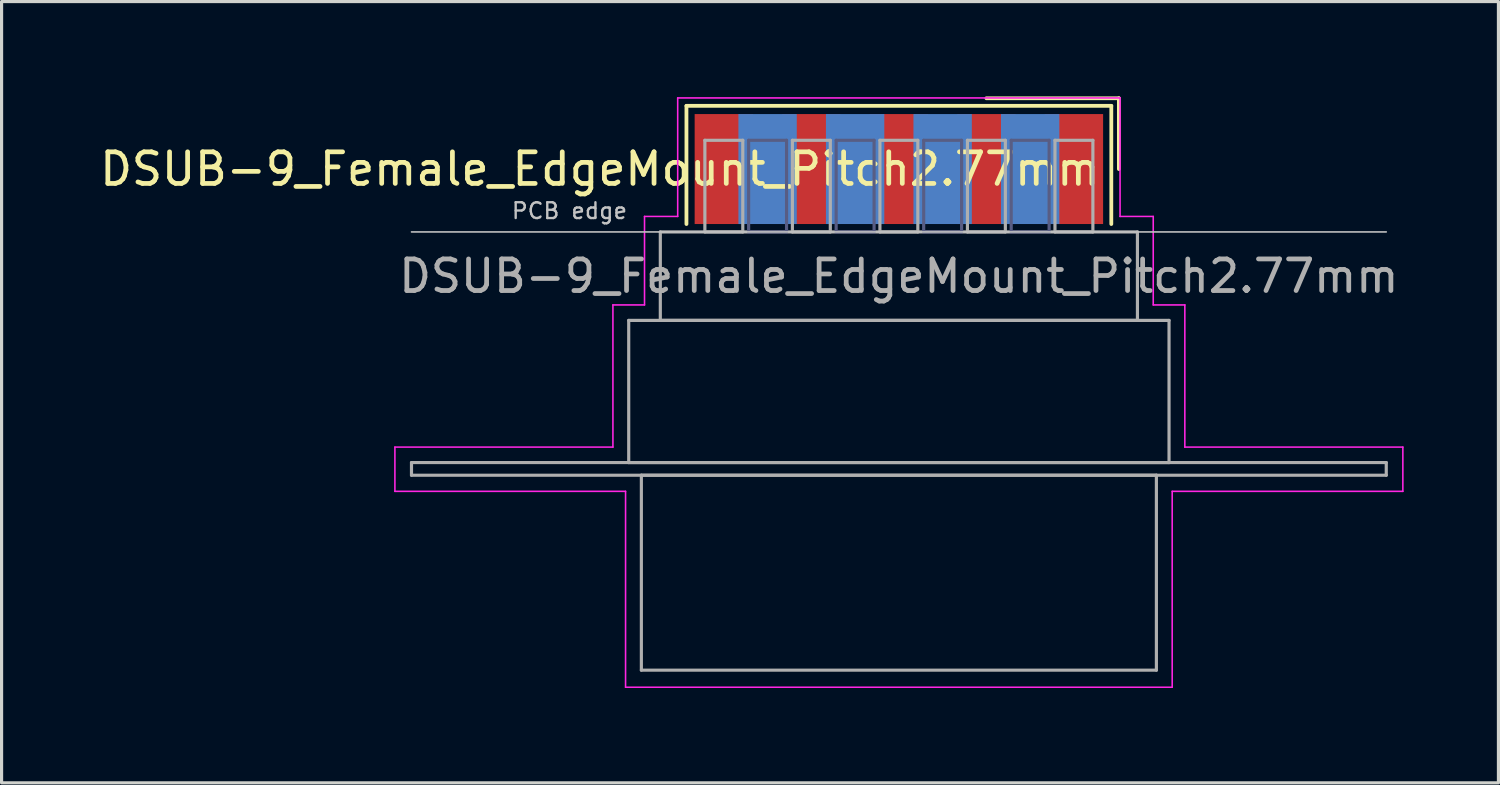
<source format=kicad_pcb>
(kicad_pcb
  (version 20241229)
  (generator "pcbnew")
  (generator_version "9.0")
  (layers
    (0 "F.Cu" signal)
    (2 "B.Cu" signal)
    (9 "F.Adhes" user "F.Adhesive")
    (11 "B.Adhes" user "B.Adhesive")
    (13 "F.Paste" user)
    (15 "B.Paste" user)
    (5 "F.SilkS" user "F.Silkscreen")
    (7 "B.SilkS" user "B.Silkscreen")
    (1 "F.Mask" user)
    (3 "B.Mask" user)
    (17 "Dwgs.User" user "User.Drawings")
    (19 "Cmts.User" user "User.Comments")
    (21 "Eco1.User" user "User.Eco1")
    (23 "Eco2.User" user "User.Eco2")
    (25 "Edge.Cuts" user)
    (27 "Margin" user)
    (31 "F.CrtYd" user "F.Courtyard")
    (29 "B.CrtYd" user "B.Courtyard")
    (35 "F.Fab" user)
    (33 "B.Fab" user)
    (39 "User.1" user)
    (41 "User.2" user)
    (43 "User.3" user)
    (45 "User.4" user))
  (footprint "DSUB-9_Female_EdgeMount_Pitch2.77mm"
    (layer "F.Cu")
    (at 25.398 2.3)
    (property "Reference" "DSUB-9_Female_EdgeMount_Pitch2.77mm" (at -9.463 0 0) (layer "F.SilkS") (effects (font (size 1 1) (thickness 0.15))))
    (attr smd)
    (fp_line (start -6.723 -2) (end -6.723 1.74) (stroke (width 0.12) (type solid)) (layer "F.SilkS"))
    (fp_line (start 6.723 -2) (end -6.723 -2) (stroke (width 0.12) (type solid)) (layer "F.SilkS"))
    (fp_line (start 6.723 1.74) (end 6.723 -2) (stroke (width 0.12) (type solid)) (layer "F.SilkS"))
    (fp_line (start 6.963 -2.24) (end 2.77 -2.24) (stroke (width 0.12) (type solid)) (layer "F.SilkS"))
    (fp_line (start 6.963 0) (end 6.963 -2.24) (stroke (width 0.12) (type solid)) (layer "F.SilkS"))
    (fp_line (start -15.425 1.99) (end 15.425 1.99) (stroke (width 0.05) (type solid)) (layer "Dwgs.User"))
    (fp_line (start -15.95 8.8) (end -9.05 8.8) (stroke (width 0.05) (type solid)) (layer "F.CrtYd"))
    (fp_line (start -15.95 10.2) (end -15.95 8.8) (stroke (width 0.05) (type solid)) (layer "F.CrtYd"))
    (fp_line (start -9.05 4.3) (end -8.05 4.3) (stroke (width 0.05) (type solid)) (layer "F.CrtYd"))
    (fp_line (start -9.05 8.8) (end -9.05 4.3) (stroke (width 0.05) (type solid)) (layer "F.CrtYd"))
    (fp_line (start -8.65 10.2) (end -15.95 10.2) (stroke (width 0.05) (type solid)) (layer "F.CrtYd"))
    (fp_line (start -8.65 16.4) (end -8.65 10.2) (stroke (width 0.05) (type solid)) (layer "F.CrtYd"))
    (fp_line (start -8.05 1.5) (end -7 1.5) (stroke (width 0.05) (type solid)) (layer "F.CrtYd"))
    (fp_line (start -8.05 4.3) (end -8.05 1.5) (stroke (width 0.05) (type solid)) (layer "F.CrtYd"))
    (fp_line (start -7 -2.25) (end 7 -2.25) (stroke (width 0.05) (type solid)) (layer "F.CrtYd"))
    (fp_line (start -7 1.5) (end -7 -2.25) (stroke (width 0.05) (type solid)) (layer "F.CrtYd"))
    (fp_line (start 7 -2.25) (end 7 1.5) (stroke (width 0.05) (type solid)) (layer "F.CrtYd"))
    (fp_line (start 7 1.5) (end 8.05 1.5) (stroke (width 0.05) (type solid)) (layer "F.CrtYd"))
    (fp_line (start 8.05 1.5) (end 8.05 4.3) (stroke (width 0.05) (type solid)) (layer "F.CrtYd"))
    (fp_line (start 8.05 4.3) (end 9.05 4.3) (stroke (width 0.05) (type solid)) (layer "F.CrtYd"))
    (fp_line (start 8.65 10.2) (end 8.65 16.4) (stroke (width 0.05) (type solid)) (layer "F.CrtYd"))
    (fp_line (start 8.65 16.4) (end -8.65 16.4) (stroke (width 0.05) (type solid)) (layer "F.CrtYd"))
    (fp_line (start 9.05 4.3) (end 9.05 8.8) (stroke (width 0.05) (type solid)) (layer "F.CrtYd"))
    (fp_line (start 9.05 8.8) (end 15.95 8.8) (stroke (width 0.05) (type solid)) (layer "F.CrtYd"))
    (fp_line (start 15.95 8.8) (end 15.95 10.2) (stroke (width 0.05) (type solid)) (layer "F.CrtYd"))
    (fp_line (start 15.95 10.2) (end 8.65 10.2) (stroke (width 0.05) (type solid)) (layer "F.CrtYd"))
    (fp_line (start -4.755 -0.91) (end -4.755 1.99) (stroke (width 0.1) (type solid)) (layer "B.Fab"))
    (fp_line (start -4.755 1.99) (end -3.555 1.99) (stroke (width 0.1) (type solid)) (layer "B.Fab"))
    (fp_line (start -3.555 -0.91) (end -4.755 -0.91) (stroke (width 0.1) (type solid)) (layer "B.Fab"))
    (fp_line (start -3.555 1.99) (end -3.555 -0.91) (stroke (width 0.1) (type solid)) (layer "B.Fab"))
    (fp_line (start -1.985 -0.91) (end -1.985 1.99) (stroke (width 0.1) (type solid)) (layer "B.Fab"))
    (fp_line (start -1.985 1.99) (end -0.785 1.99) (stroke (width 0.1) (type solid)) (layer "B.Fab"))
    (fp_line (start -0.785 -0.91) (end -1.985 -0.91) (stroke (width 0.1) (type solid)) (layer "B.Fab"))
    (fp_line (start -0.785 1.99) (end -0.785 -0.91) (stroke (width 0.1) (type solid)) (layer "B.Fab"))
    (fp_line (start 0.785 -0.91) (end 0.785 1.99) (stroke (width 0.1) (type solid)) (layer "B.Fab"))
    (fp_line (start 0.785 1.99) (end 1.985 1.99) (stroke (width 0.1) (type solid)) (layer "B.Fab"))
    (fp_line (start 1.985 -0.91) (end 0.785 -0.91) (stroke (width 0.1) (type solid)) (layer "B.Fab"))
    (fp_line (start 1.985 1.99) (end 1.985 -0.91) (stroke (width 0.1) (type solid)) (layer "B.Fab"))
    (fp_line (start 3.555 -0.91) (end 3.555 1.99) (stroke (width 0.1) (type solid)) (layer "B.Fab"))
    (fp_line (start 3.555 1.99) (end 4.755 1.99) (stroke (width 0.1) (type solid)) (layer "B.Fab"))
    (fp_line (start 4.755 -0.91) (end 3.555 -0.91) (stroke (width 0.1) (type solid)) (layer "B.Fab"))
    (fp_line (start 4.755 1.99) (end 4.755 -0.91) (stroke (width 0.1) (type solid)) (layer "B.Fab"))
    (fp_line (start -15.425 9.29) (end -15.425 9.69) (stroke (width 0.1) (type solid)) (layer "F.Fab"))
    (fp_line (start -15.425 9.69) (end 15.425 9.69) (stroke (width 0.1) (type solid)) (layer "F.Fab"))
    (fp_line (start -8.55 4.79) (end -8.55 9.29) (stroke (width 0.1) (type solid)) (layer "F.Fab"))
    (fp_line (start -8.55 9.29) (end 8.55 9.29) (stroke (width 0.1) (type solid)) (layer "F.Fab"))
    (fp_line (start -8.15 9.69) (end -8.15 15.86) (stroke (width 0.1) (type solid)) (layer "F.Fab"))
    (fp_line (start -8.15 15.86) (end 8.15 15.86) (stroke (width 0.1) (type solid)) (layer "F.Fab"))
    (fp_line (start -7.55 1.99) (end -7.55 4.79) (stroke (width 0.1) (type solid)) (layer "F.Fab"))
    (fp_line (start -7.55 4.79) (end 7.55 4.79) (stroke (width 0.1) (type solid)) (layer "F.Fab"))
    (fp_line (start -6.14 -0.91) (end -6.14 1.99) (stroke (width 0.1) (type solid)) (layer "F.Fab"))
    (fp_line (start -6.14 1.99) (end -4.94 1.99) (stroke (width 0.1) (type solid)) (layer "F.Fab"))
    (fp_line (start -4.94 -0.91) (end -6.14 -0.91) (stroke (width 0.1) (type solid)) (layer "F.Fab"))
    (fp_line (start -4.94 1.99) (end -4.94 -0.91) (stroke (width 0.1) (type solid)) (layer "F.Fab"))
    (fp_line (start -3.37 -0.91) (end -3.37 1.99) (stroke (width 0.1) (type solid)) (layer "F.Fab"))
    (fp_line (start -3.37 1.99) (end -2.17 1.99) (stroke (width 0.1) (type solid)) (layer "F.Fab"))
    (fp_line (start -2.17 -0.91) (end -3.37 -0.91) (stroke (width 0.1) (type solid)) (layer "F.Fab"))
    (fp_line (start -2.17 1.99) (end -2.17 -0.91) (stroke (width 0.1) (type solid)) (layer "F.Fab"))
    (fp_line (start -0.6 -0.91) (end -0.6 1.99) (stroke (width 0.1) (type solid)) (layer "F.Fab"))
    (fp_line (start -0.6 1.99) (end 0.6 1.99) (stroke (width 0.1) (type solid)) (layer "F.Fab"))
    (fp_line (start 0.6 -0.91) (end -0.6 -0.91) (stroke (width 0.1) (type solid)) (layer "F.Fab"))
    (fp_line (start 0.6 1.99) (end 0.6 -0.91) (stroke (width 0.1) (type solid)) (layer "F.Fab"))
    (fp_line (start 2.17 -0.91) (end 2.17 1.99) (stroke (width 0.1) (type solid)) (layer "F.Fab"))
    (fp_line (start 2.17 1.99) (end 3.37 1.99) (stroke (width 0.1) (type solid)) (layer "F.Fab"))
    (fp_line (start 3.37 -0.91) (end 2.17 -0.91) (stroke (width 0.1) (type solid)) (layer "F.Fab"))
    (fp_line (start 3.37 1.99) (end 3.37 -0.91) (stroke (width 0.1) (type solid)) (layer "F.Fab"))
    (fp_line (start 4.94 -0.91) (end 4.94 1.99) (stroke (width 0.1) (type solid)) (layer "F.Fab"))
    (fp_line (start 4.94 1.99) (end 6.14 1.99) (stroke (width 0.1) (type solid)) (layer "F.Fab"))
    (fp_line (start 6.14 -0.91) (end 4.94 -0.91) (stroke (width 0.1) (type solid)) (layer "F.Fab"))
    (fp_line (start 6.14 1.99) (end 6.14 -0.91) (stroke (width 0.1) (type solid)) (layer "F.Fab"))
    (fp_line (start 7.55 1.99) (end -7.55 1.99) (stroke (width 0.1) (type solid)) (layer "F.Fab"))
    (fp_line (start 7.55 4.79) (end 7.55 1.99) (stroke (width 0.1) (type solid)) (layer "F.Fab"))
    (fp_line (start 8.15 9.69) (end -8.15 9.69) (stroke (width 0.1) (type solid)) (layer "F.Fab"))
    (fp_line (start 8.15 15.86) (end 8.15 9.69) (stroke (width 0.1) (type solid)) (layer "F.Fab"))
    (fp_line (start 8.55 4.79) (end -8.55 4.79) (stroke (width 0.1) (type solid)) (layer "F.Fab"))
    (fp_line (start 8.55 9.29) (end 8.55 4.79) (stroke (width 0.1) (type solid)) (layer "F.Fab"))
    (fp_line (start 15.425 9.29) (end -15.425 9.29) (stroke (width 0.1) (type solid)) (layer "F.Fab"))
    (fp_line (start 15.425 9.69) (end 15.425 9.29) (stroke (width 0.1) (type solid)) (layer "F.Fab"))
    (fp_text user "PCB edge" (at -10.425 1.323 0) (layer "Dwgs.User") (effects (font (size 0.5 0.5) (thickness 0.075))))
    (fp_text user "${REFERENCE}" (at 0 3.39 0) (layer "F.Fab") (effects (font (size 1 1) (thickness 0.15))))
    (pad "1" smd rect (at 5.54 0) (size 1.847 3.48) (layers "F.Cu" "F.Mask" "F.Paste"))
    (pad "2" smd rect (at 2.77 0) (size 1.847 3.48) (layers "F.Cu" "F.Mask" "F.Paste"))
    (pad "3" smd rect (at 0 0) (size 1.847 3.48) (layers "F.Cu" "F.Mask" "F.Paste"))
    (pad "4" smd rect (at -2.77 0) (size 1.847 3.48) (layers "F.Cu" "F.Mask" "F.Paste"))
    (pad "5" smd rect (at -5.54 0) (size 1.847 3.48) (layers "F.Cu" "F.Mask" "F.Paste"))
    (pad "6" smd rect (at 4.155 0) (size 1.847 3.48) (layers "B.Cu" "B.Mask" "B.Paste"))
    (pad "7" smd rect (at 1.385 0) (size 1.847 3.48) (layers "B.Cu" "B.Mask" "B.Paste"))
    (pad "8" smd rect (at -1.385 0) (size 1.847 3.48) (layers "B.Cu" "B.Mask" "B.Paste"))
    (pad "9" smd rect (at -4.155 0) (size 1.847 3.48) (layers "B.Cu" "B.Mask" "B.Paste")))
  (gr_rect
    (start -3 -3)
    (end 44.373 21.725)
    (stroke (width 0.1) (type default))
    (fill no)
    (layer "Edge.Cuts")))
</source>
